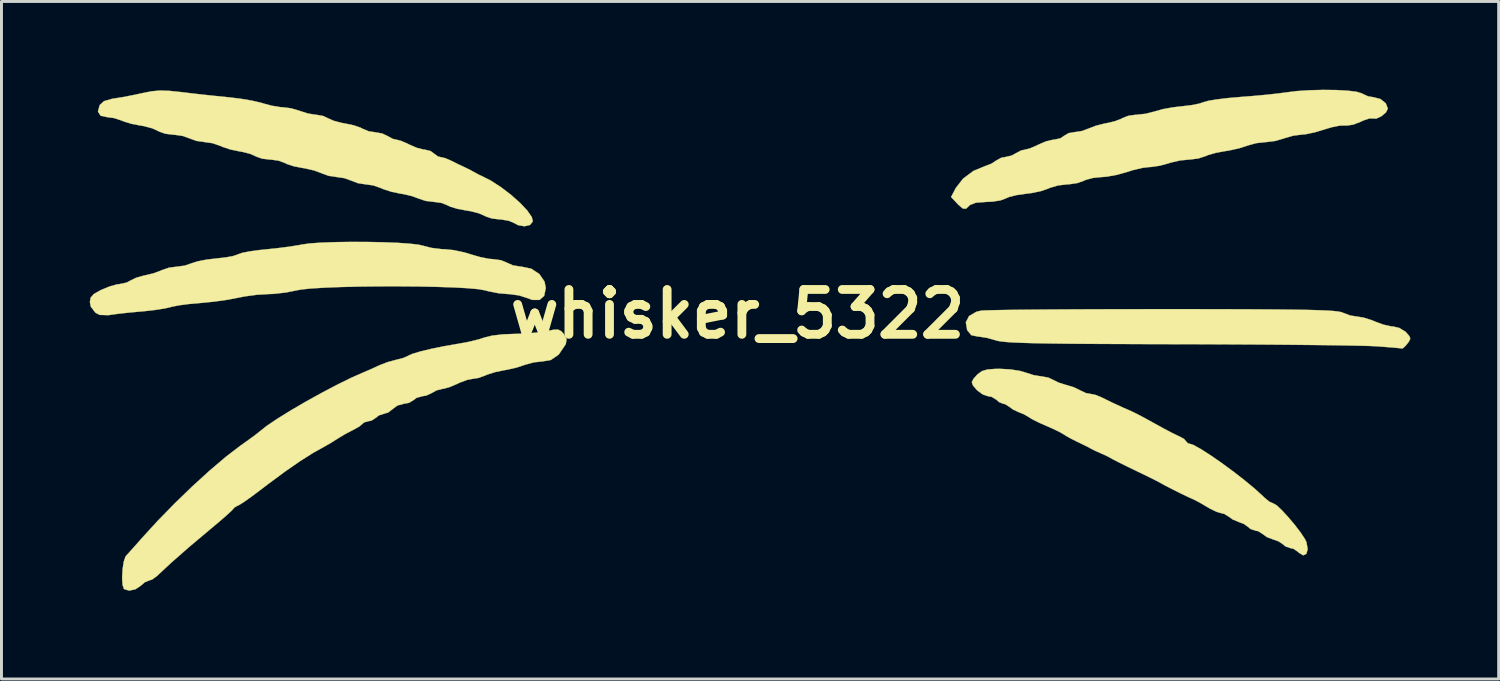
<source format=kicad_pcb>
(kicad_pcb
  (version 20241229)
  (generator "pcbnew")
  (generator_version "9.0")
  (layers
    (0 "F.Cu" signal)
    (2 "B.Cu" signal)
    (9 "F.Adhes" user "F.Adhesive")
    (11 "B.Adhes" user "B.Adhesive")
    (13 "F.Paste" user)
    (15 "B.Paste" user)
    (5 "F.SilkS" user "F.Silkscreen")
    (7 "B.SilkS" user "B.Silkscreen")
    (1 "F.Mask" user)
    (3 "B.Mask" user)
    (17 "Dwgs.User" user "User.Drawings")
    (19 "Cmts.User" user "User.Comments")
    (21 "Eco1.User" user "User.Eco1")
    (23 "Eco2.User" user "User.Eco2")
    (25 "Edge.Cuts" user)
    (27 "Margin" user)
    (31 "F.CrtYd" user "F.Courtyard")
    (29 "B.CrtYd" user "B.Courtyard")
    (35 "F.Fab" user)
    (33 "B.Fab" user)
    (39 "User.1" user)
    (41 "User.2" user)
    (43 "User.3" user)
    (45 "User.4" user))
  (footprint "whisker_5322"
    (layer "F.Cu")
    (at 22.018 7.622)
    (property "Reference" "whisker_5322" (at 0 0 0) (layer "F.SilkS") (effects (font (size 1.524 1.524) (thickness 0.3))))
    (attr through_hole)
    (fp_poly (pts (xy 15.646 -0.165) (xy 16.656 -0.163) (xy 17.519 -0.16) (xy 18.248 -0.155) (xy 18.852 -0.149) (xy 19.345 -0.141) (xy 19.736 -0.13) (xy 20.038 -0.118) (xy 20.262 -0.102) (xy 20.42 -0.084) (xy 20.522 -0.063) (xy 20.574 -0.042) (xy 20.823 0.051) (xy 21.04 0.084) (xy 21.275 0.122) (xy 21.561 0.213) (xy 21.663 0.256) (xy 21.941 0.359) (xy 22.201 0.418) (xy 22.277 0.423) (xy 22.49 0.475) (xy 22.697 0.6) (xy 22.835 0.756) (xy 22.86 0.841) (xy 22.815 0.936) (xy 22.716 1.064) (xy 22.618 1.159) (xy 22.579 1.171) (xy 22.494 1.16) (xy 22.276 1.14) (xy 21.963 1.115) (xy 21.717 1.097) (xy 21.488 1.086) (xy 21.107 1.076) (xy 20.589 1.066) (xy 19.95 1.057) (xy 19.208 1.049) (xy 18.377 1.041) (xy 17.476 1.035) (xy 16.519 1.03) (xy 15.524 1.026) (xy 14.986 1.025) (xy 13.811 1.022) (xy 12.793 1.018) (xy 11.922 1.014) (xy 11.185 1.008) (xy 10.571 1) (xy 10.069 0.991) (xy 9.666 0.979) (xy 9.351 0.966) (xy 9.112 0.949) (xy 8.939 0.93) (xy 8.819 0.908) (xy 8.763 0.891) (xy 8.478 0.811) (xy 8.206 0.768) (xy 8.163 0.766) (xy 7.942 0.719) (xy 7.809 0.558) (xy 7.8 0.54) (xy 7.756 0.282) (xy 7.865 0.07) (xy 8.111 -0.075) (xy 8.27 -0.114) (xy 8.408 -0.123) (xy 8.7 -0.131) (xy 9.133 -0.139) (xy 9.691 -0.146) (xy 10.36 -0.152) (xy 11.125 -0.157) (xy 11.972 -0.161) (xy 12.886 -0.164) (xy 13.852 -0.165) (xy 14.478 -0.165) (xy 15.646 -0.165)) (stroke (width 0.01) (type solid)) (fill yes) (layer "F.SilkS"))
    (fp_poly (pts (xy -12.623 -2.45) (xy -12.081 -2.44) (xy -11.583 -2.421) (xy -11.162 -2.393) (xy -10.851 -2.358) (xy -10.71 -2.326) (xy -10.404 -2.248) (xy -10.058 -2.205) (xy -9.967 -2.203) (xy -9.651 -2.172) (xy -9.285 -2.094) (xy -9.081 -2.032) (xy -8.761 -1.938) (xy -8.452 -1.876) (xy -8.295 -1.863) (xy -8.041 -1.828) (xy -7.836 -1.745) (xy -7.827 -1.738) (xy -7.631 -1.653) (xy -7.375 -1.612) (xy -7.351 -1.611) (xy -7.014 -1.541) (xy -6.738 -1.36) (xy -6.562 -1.102) (xy -6.519 -0.884) (xy -6.575 -0.616) (xy -6.732 -0.479) (xy -6.979 -0.48) (xy -7.153 -0.544) (xy -7.426 -0.631) (xy -7.741 -0.676) (xy -7.802 -0.678) (xy -8.116 -0.705) (xy -8.467 -0.773) (xy -8.586 -0.805) (xy -8.809 -0.845) (xy -9.174 -0.878) (xy -9.656 -0.904) (xy -10.227 -0.923) (xy -10.861 -0.936) (xy -11.532 -0.941) (xy -12.214 -0.94) (xy -12.879 -0.932) (xy -13.501 -0.917) (xy -14.054 -0.895) (xy -14.511 -0.867) (xy -14.845 -0.831) (xy -14.986 -0.804) (xy -15.352 -0.731) (xy -15.763 -0.685) (xy -15.96 -0.677) (xy -16.338 -0.654) (xy -16.761 -0.597) (xy -17 -0.549) (xy -17.35 -0.482) (xy -17.783 -0.422) (xy -18.213 -0.378) (xy -18.27 -0.374) (xy -18.641 -0.341) (xy -18.976 -0.297) (xy -19.217 -0.25) (xy -19.262 -0.237) (xy -19.458 -0.191) (xy -19.77 -0.142) (xy -20.144 -0.098) (xy -20.32 -0.082) (xy -20.703 -0.047) (xy -21.05 -0.008) (xy -21.306 0.026) (xy -21.378 0.039) (xy -21.679 0.03) (xy -21.823 -0.043) (xy -21.983 -0.251) (xy -22.013 -0.408) (xy -21.986 -0.56) (xy -21.88 -0.679) (xy -21.656 -0.806) (xy -21.611 -0.827) (xy -21.337 -0.939) (xy -21.09 -1.008) (xy -20.997 -1.019) (xy -20.766 -1.068) (xy -20.63 -1.14) (xy -20.445 -1.231) (xy -20.188 -1.305) (xy -20.136 -1.315) (xy -19.852 -1.383) (xy -19.6 -1.476) (xy -19.572 -1.49) (xy -19.319 -1.576) (xy -19.067 -1.608) (xy -18.79 -1.645) (xy -18.559 -1.724) (xy -18.36 -1.788) (xy -18.057 -1.848) (xy -17.715 -1.889) (xy -17.709 -1.889) (xy -17.39 -1.925) (xy -17.131 -1.974) (xy -16.984 -2.026) (xy -16.978 -2.03) (xy -16.85 -2.076) (xy -16.596 -2.127) (xy -16.258 -2.174) (xy -16.033 -2.197) (xy -15.623 -2.24) (xy -15.231 -2.29) (xy -14.918 -2.34) (xy -14.817 -2.36) (xy -14.558 -2.398) (xy -14.176 -2.425) (xy -13.704 -2.443) (xy -13.175 -2.451) (xy -12.623 -2.45)) (stroke (width 0.01) (type solid)) (fill yes) (layer "F.SilkS"))
    (fp_poly (pts (xy 9.27 1.882) (xy 9.598 1.933) (xy 9.792 1.99) (xy 10.055 2.075) (xy 10.297 2.116) (xy 10.321 2.117) (xy 10.56 2.161) (xy 10.713 2.233) (xy 10.912 2.332) (xy 11.165 2.411) (xy 11.176 2.413) (xy 11.429 2.49) (xy 11.633 2.589) (xy 11.639 2.593) (xy 11.838 2.687) (xy 11.965 2.709) (xy 12.157 2.747) (xy 12.348 2.823) (xy 12.707 2.999) (xy 13.107 3.184) (xy 13.377 3.302) (xy 13.552 3.386) (xy 13.82 3.527) (xy 14.129 3.697) (xy 14.182 3.726) (xy 14.496 3.899) (xy 14.782 4.049) (xy 14.986 4.147) (xy 15.007 4.156) (xy 15.173 4.246) (xy 15.24 4.326) (xy 15.307 4.397) (xy 15.348 4.403) (xy 15.499 4.454) (xy 15.751 4.594) (xy 16.078 4.804) (xy 16.452 5.063) (xy 16.844 5.351) (xy 17.227 5.649) (xy 17.574 5.936) (xy 17.857 6.193) (xy 17.908 6.244) (xy 18.076 6.381) (xy 18.213 6.44) (xy 18.324 6.505) (xy 18.502 6.673) (xy 18.717 6.907) (xy 18.94 7.172) (xy 19.138 7.431) (xy 19.282 7.65) (xy 19.333 7.755) (xy 19.374 7.993) (xy 19.328 8.151) (xy 19.221 8.201) (xy 19.075 8.114) (xy 19.05 8.086) (xy 18.889 7.977) (xy 18.796 7.959) (xy 18.617 7.898) (xy 18.547 7.837) (xy 18.392 7.73) (xy 18.203 7.662) (xy 17.991 7.583) (xy 17.86 7.488) (xy 17.698 7.382) (xy 17.611 7.366) (xy 17.43 7.305) (xy 17.364 7.247) (xy 17.208 7.136) (xy 17.047 7.074) (xy 16.831 6.985) (xy 16.705 6.896) (xy 16.536 6.791) (xy 16.44 6.77) (xy 16.285 6.725) (xy 16.06 6.617) (xy 15.96 6.559) (xy 15.728 6.423) (xy 15.542 6.323) (xy 15.494 6.301) (xy 15.321 6.223) (xy 15.062 6.099) (xy 14.78 5.958) (xy 14.534 5.831) (xy 14.393 5.753) (xy 14.264 5.683) (xy 14.023 5.562) (xy 13.712 5.41) (xy 13.547 5.331) (xy 13.217 5.171) (xy 12.937 5.032) (xy 12.747 4.934) (xy 12.7 4.907) (xy 12.523 4.813) (xy 12.361 4.741) (xy 12.15 4.648) (xy 12.023 4.582) (xy 11.868 4.5) (xy 11.637 4.387) (xy 11.557 4.349) (xy 11.317 4.229) (xy 11.128 4.121) (xy 11.091 4.095) (xy 10.946 4.011) (xy 10.704 3.894) (xy 10.499 3.805) (xy 10.224 3.683) (xy 10.001 3.57) (xy 9.906 3.509) (xy 9.724 3.403) (xy 9.571 3.343) (xy 9.363 3.248) (xy 9.248 3.164) (xy 9.096 3.065) (xy 9.021 3.048) (xy 8.878 2.989) (xy 8.805 2.921) (xy 8.639 2.817) (xy 8.513 2.794) (xy 8.336 2.736) (xy 8.144 2.597) (xy 7.999 2.43) (xy 7.959 2.316) (xy 8.015 2.203) (xy 8.151 2.05) (xy 8.155 2.047) (xy 8.298 1.943) (xy 8.481 1.886) (xy 8.757 1.864) (xy 8.919 1.863) (xy 9.27 1.882)) (stroke (width 0.01) (type solid)) (fill yes) (layer "F.SilkS"))
    (fp_poly (pts (xy -6.089 0.533) (xy -5.985 0.592) (xy -5.912 0.675) (xy -5.812 0.848) (xy -5.837 1.01) (xy -5.854 1.045) (xy -6.081 1.38) (xy -6.348 1.562) (xy -6.621 1.609) (xy -6.929 1.643) (xy -7.227 1.725) (xy -7.238 1.73) (xy -7.509 1.819) (xy -7.833 1.893) (xy -7.934 1.91) (xy -8.231 1.971) (xy -8.496 2.054) (xy -8.568 2.085) (xy -8.805 2.172) (xy -8.995 2.201) (xy -9.194 2.239) (xy -9.449 2.334) (xy -9.525 2.371) (xy -9.771 2.477) (xy -9.983 2.538) (xy -10.03 2.543) (xy -10.235 2.595) (xy -10.367 2.67) (xy -10.575 2.77) (xy -10.716 2.794) (xy -10.914 2.849) (xy -11.007 2.921) (xy -11.167 3.018) (xy -11.337 3.048) (xy -11.564 3.11) (xy -11.707 3.217) (xy -11.875 3.347) (xy -12.011 3.387) (xy -12.199 3.448) (xy -12.277 3.514) (xy -12.441 3.622) (xy -12.536 3.641) (xy -12.694 3.683) (xy -12.743 3.727) (xy -12.851 3.818) (xy -13.043 3.927) (xy -13.066 3.938) (xy -13.337 4.08) (xy -13.589 4.232) (xy -13.813 4.373) (xy -14.006 4.485) (xy -14.012 4.488) (xy -14.425 4.718) (xy -14.871 5) (xy -15.377 5.351) (xy -15.97 5.79) (xy -16.229 5.987) (xy -16.525 6.209) (xy -16.776 6.386) (xy -16.948 6.495) (xy -17.005 6.519) (xy -17.11 6.583) (xy -17.117 6.596) (xy -17.19 6.677) (xy -17.368 6.841) (xy -17.626 7.065) (xy -17.938 7.327) (xy -17.975 7.358) (xy -18.659 7.933) (xy -19.244 8.447) (xy -19.742 8.911) (xy -19.903 9.026) (xy -20.011 9.059) (xy -20.149 9.117) (xy -20.278 9.229) (xy -20.463 9.354) (xy -20.678 9.4) (xy -20.847 9.35) (xy -20.856 9.342) (xy -20.903 9.205) (xy -20.918 8.964) (xy -20.903 8.683) (xy -20.864 8.422) (xy -20.804 8.244) (xy -20.786 8.22) (xy -20.668 8.09) (xy -20.479 7.879) (xy -20.26 7.631) (xy -20.257 7.628) (xy -19.719 7.039) (xy -19.133 6.439) (xy -18.53 5.855) (xy -17.939 5.317) (xy -17.391 4.851) (xy -16.916 4.488) (xy -16.878 4.46) (xy -16.61 4.27) (xy -16.386 4.105) (xy -16.253 3.999) (xy -16.249 3.996) (xy -16.004 3.802) (xy -15.637 3.555) (xy -15.181 3.273) (xy -14.669 2.974) (xy -14.133 2.677) (xy -13.604 2.399) (xy -13.116 2.16) (xy -12.742 1.995) (xy -12.485 1.885) (xy -12.208 1.758) (xy -12.192 1.75) (xy -11.904 1.637) (xy -11.612 1.557) (xy -11.599 1.555) (xy -11.37 1.496) (xy -11.21 1.427) (xy -11.201 1.42) (xy -11.051 1.353) (xy -10.77 1.269) (xy -10.394 1.179) (xy -9.959 1.091) (xy -9.503 1.012) (xy -9.483 1.009) (xy -9.135 0.944) (xy -8.804 0.863) (xy -8.613 0.801) (xy -8.348 0.735) (xy -7.981 0.691) (xy -7.622 0.677) (xy -7.227 0.664) (xy -6.829 0.631) (xy -6.513 0.583) (xy -6.507 0.582) (xy -6.244 0.532) (xy -6.089 0.533)) (stroke (width 0.01) (type solid)) (fill yes) (layer "F.SilkS"))
    (fp_poly (pts (xy 20.339 -7.612) (xy 20.73 -7.591) (xy 21.031 -7.554) (xy 21.205 -7.502) (xy 21.214 -7.496) (xy 21.427 -7.398) (xy 21.605 -7.369) (xy 21.845 -7.308) (xy 22.029 -7.161) (xy 22.098 -6.981) (xy 22.032 -6.849) (xy 21.879 -6.721) (xy 21.706 -6.641) (xy 21.591 -6.646) (xy 21.465 -6.645) (xy 21.26 -6.575) (xy 21.178 -6.535) (xy 20.92 -6.436) (xy 20.689 -6.403) (xy 20.648 -6.408) (xy 20.457 -6.402) (xy 20.178 -6.345) (xy 19.938 -6.272) (xy 19.619 -6.176) (xy 19.32 -6.112) (xy 19.156 -6.096) (xy 18.882 -6.061) (xy 18.592 -5.978) (xy 18.571 -5.969) (xy 18.269 -5.881) (xy 17.951 -5.842) (xy 17.936 -5.842) (xy 17.625 -5.807) (xy 17.321 -5.723) (xy 17.307 -5.717) (xy 17.038 -5.631) (xy 16.707 -5.558) (xy 16.569 -5.536) (xy 16.264 -5.481) (xy 15.994 -5.404) (xy 15.9 -5.365) (xy 15.659 -5.287) (xy 15.372 -5.25) (xy 15.34 -5.249) (xy 15.038 -5.219) (xy 14.713 -5.144) (xy 14.647 -5.122) (xy 14.35 -5.041) (xy 14.061 -4.998) (xy 14 -4.995) (xy 13.758 -4.967) (xy 13.443 -4.893) (xy 13.23 -4.826) (xy 12.889 -4.73) (xy 12.54 -4.667) (xy 12.364 -4.654) (xy 12.076 -4.625) (xy 11.825 -4.557) (xy 11.769 -4.53) (xy 11.547 -4.451) (xy 11.262 -4.408) (xy 11.193 -4.406) (xy 10.891 -4.37) (xy 10.611 -4.288) (xy 10.565 -4.266) (xy 10.334 -4.184) (xy 10.016 -4.115) (xy 9.786 -4.085) (xy 9.481 -4.042) (xy 9.224 -3.978) (xy 9.104 -3.925) (xy 8.927 -3.86) (xy 8.653 -3.819) (xy 8.458 -3.81) (xy 8.1 -3.784) (xy 7.897 -3.706) (xy 7.874 -3.683) (xy 7.761 -3.578) (xy 7.652 -3.585) (xy 7.501 -3.715) (xy 7.452 -3.767) (xy 7.254 -3.977) (xy 7.416 -4.285) (xy 7.662 -4.601) (xy 8.016 -4.865) (xy 8.413 -5.028) (xy 8.635 -5.114) (xy 8.779 -5.211) (xy 8.962 -5.312) (xy 9.092 -5.334) (xy 9.312 -5.385) (xy 9.445 -5.458) (xy 9.635 -5.558) (xy 9.758 -5.585) (xy 9.924 -5.626) (xy 10.155 -5.723) (xy 10.223 -5.757) (xy 10.479 -5.867) (xy 10.718 -5.924) (xy 10.762 -5.927) (xy 10.971 -5.972) (xy 11.091 -6.054) (xy 11.249 -6.147) (xy 11.445 -6.181) (xy 11.706 -6.221) (xy 11.933 -6.305) (xy 12.176 -6.399) (xy 12.474 -6.475) (xy 12.543 -6.487) (xy 12.813 -6.549) (xy 13.035 -6.633) (xy 13.079 -6.659) (xy 13.275 -6.736) (xy 13.533 -6.773) (xy 13.564 -6.773) (xy 13.866 -6.806) (xy 14.176 -6.884) (xy 14.201 -6.893) (xy 14.458 -6.964) (xy 14.802 -7.026) (xy 15.091 -7.059) (xy 15.413 -7.097) (xy 15.688 -7.151) (xy 15.844 -7.203) (xy 15.996 -7.246) (xy 16.278 -7.293) (xy 16.649 -7.338) (xy 17.072 -7.375) (xy 17.093 -7.377) (xy 17.553 -7.413) (xy 18 -7.455) (xy 18.38 -7.497) (xy 18.627 -7.53) (xy 19.002 -7.577) (xy 19.438 -7.605) (xy 19.896 -7.617) (xy 20.339 -7.612)) (stroke (width 0.01) (type solid)) (fill yes) (layer "F.SilkS"))
    (fp_poly (pts (xy -19.309 -7.584) (xy -18.889 -7.54) (xy -18.871 -7.538) (xy -18.395 -7.481) (xy -17.862 -7.423) (xy -17.376 -7.374) (xy -17.306 -7.367) (xy -16.904 -7.319) (xy -16.515 -7.254) (xy -16.206 -7.183) (xy -16.139 -7.162) (xy -15.837 -7.08) (xy -15.547 -7.032) (xy -15.459 -7.027) (xy -15.183 -6.993) (xy -14.893 -6.909) (xy -14.872 -6.9) (xy -14.604 -6.815) (xy -14.353 -6.774) (xy -14.33 -6.773) (xy -14.087 -6.731) (xy -13.922 -6.654) (xy -13.738 -6.571) (xy -13.467 -6.498) (xy -13.332 -6.473) (xy -13.049 -6.414) (xy -12.815 -6.334) (xy -12.745 -6.296) (xy -12.536 -6.21) (xy -12.321 -6.178) (xy -12.077 -6.135) (xy -11.901 -6.051) (xy -11.718 -5.952) (xy -11.603 -5.927) (xy -11.448 -5.888) (xy -11.224 -5.793) (xy -11.154 -5.757) (xy -10.904 -5.649) (xy -10.679 -5.591) (xy -10.636 -5.588) (xy -10.434 -5.538) (xy -10.329 -5.461) (xy -10.181 -5.353) (xy -10.099 -5.334) (xy -9.936 -5.297) (xy -9.75 -5.217) (xy -9.502 -5.093) (xy -9.313 -5.005) (xy -9.104 -4.905) (xy -8.975 -4.833) (xy -8.787 -4.731) (xy -8.721 -4.702) (xy -8.392 -4.537) (xy -8.042 -4.311) (xy -7.699 -4.049) (xy -7.392 -3.776) (xy -7.147 -3.516) (xy -6.995 -3.295) (xy -6.959 -3.148) (xy -7.056 -3.027) (xy -7.244 -2.982) (xy -7.461 -3.02) (xy -7.578 -3.084) (xy -7.772 -3.168) (xy -8.035 -3.213) (xy -8.088 -3.215) (xy -8.355 -3.247) (xy -8.574 -3.322) (xy -8.604 -3.34) (xy -8.786 -3.42) (xy -9.062 -3.492) (xy -9.236 -3.521) (xy -9.528 -3.576) (xy -9.771 -3.65) (xy -9.861 -3.695) (xy -10.061 -3.775) (xy -10.316 -3.81) (xy -10.327 -3.811) (xy -10.601 -3.844) (xy -10.841 -3.923) (xy -10.842 -3.924) (xy -11.06 -4.005) (xy -11.35 -4.074) (xy -11.457 -4.091) (xy -11.759 -4.153) (xy -12.035 -4.242) (xy -12.105 -4.274) (xy -12.378 -4.37) (xy -12.632 -4.406) (xy -12.901 -4.446) (xy -13.123 -4.53) (xy -13.365 -4.618) (xy -13.614 -4.654) (xy -13.9 -4.697) (xy -14.142 -4.785) (xy -14.383 -4.876) (xy -14.688 -4.948) (xy -14.794 -4.965) (xy -15.079 -5.02) (xy -15.32 -5.099) (xy -15.385 -5.132) (xy -15.597 -5.211) (xy -15.864 -5.249) (xy -15.896 -5.249) (xy -16.155 -5.279) (xy -16.366 -5.352) (xy -16.385 -5.364) (xy -16.572 -5.446) (xy -16.839 -5.513) (xy -16.937 -5.529) (xy -17.238 -5.591) (xy -17.512 -5.683) (xy -17.572 -5.71) (xy -17.841 -5.805) (xy -18.119 -5.844) (xy -18.39 -5.883) (xy -18.627 -5.969) (xy -18.853 -6.05) (xy -19.135 -6.092) (xy -19.179 -6.093) (xy -19.449 -6.127) (xy -19.673 -6.206) (xy -19.703 -6.224) (xy -19.897 -6.312) (xy -20.173 -6.385) (xy -20.293 -6.405) (xy -20.591 -6.462) (xy -20.856 -6.542) (xy -20.93 -6.574) (xy -21.191 -6.66) (xy -21.419 -6.689) (xy -21.649 -6.739) (xy -21.739 -6.881) (xy -21.681 -7.1) (xy -21.681 -7.1) (xy -21.535 -7.234) (xy -21.256 -7.315) (xy -21.188 -7.325) (xy -20.883 -7.374) (xy -20.507 -7.447) (xy -20.226 -7.508) (xy -19.913 -7.57) (xy -19.628 -7.595) (xy -19.309 -7.584)) (stroke (width 0.01) (type solid)) (fill yes) (layer "F.SilkS")))
  (gr_rect
    (start -3 -3)
    (end 47.883 20.026)
    (stroke (width 0.1) (type default))
    (fill no)
    (layer "Edge.Cuts")))
</source>
